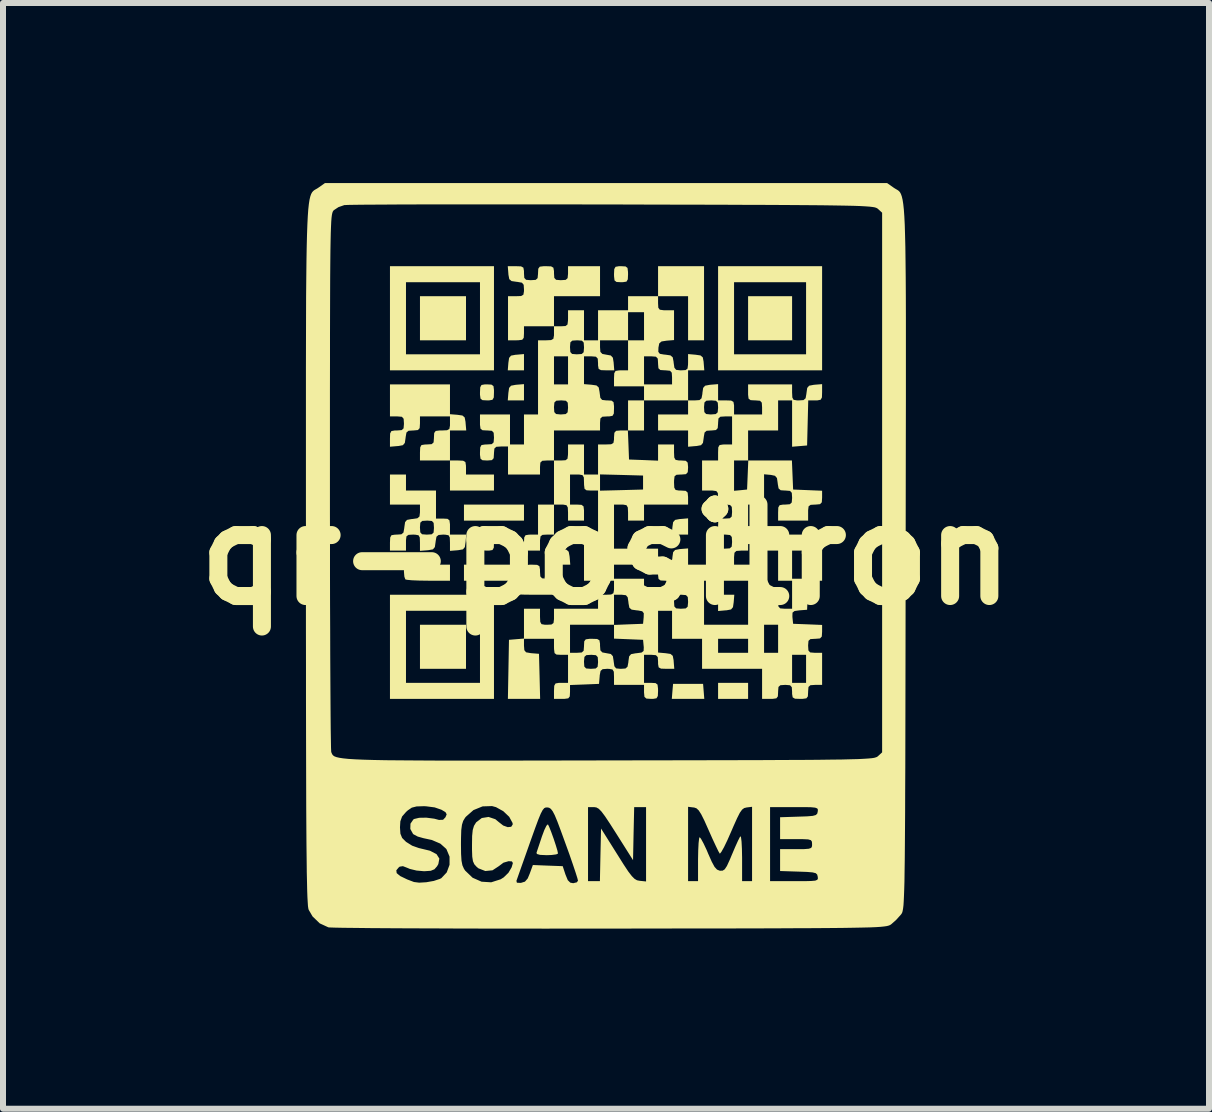
<source format=kicad_pcb>
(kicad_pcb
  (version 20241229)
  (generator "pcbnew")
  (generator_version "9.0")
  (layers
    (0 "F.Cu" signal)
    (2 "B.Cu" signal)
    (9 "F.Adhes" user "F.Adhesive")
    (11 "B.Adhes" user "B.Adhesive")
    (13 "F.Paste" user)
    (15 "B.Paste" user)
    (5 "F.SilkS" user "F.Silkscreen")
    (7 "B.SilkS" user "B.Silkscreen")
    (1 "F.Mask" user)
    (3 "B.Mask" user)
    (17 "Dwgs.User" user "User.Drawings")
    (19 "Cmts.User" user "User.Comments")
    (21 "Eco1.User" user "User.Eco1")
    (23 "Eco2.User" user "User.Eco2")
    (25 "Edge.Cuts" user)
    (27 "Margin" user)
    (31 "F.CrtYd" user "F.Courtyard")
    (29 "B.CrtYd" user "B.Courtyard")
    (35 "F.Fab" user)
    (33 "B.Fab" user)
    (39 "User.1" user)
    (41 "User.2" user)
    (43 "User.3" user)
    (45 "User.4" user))
  (footprint "qr-positron"
    (layer "F.Cu")
    (at 7.047 6.191)
    (property "Reference" "qr-positron" (at 0 0 0) (layer "F.SilkS") (effects (font (size 1.524 1.524) (thickness 0.3))))
    (attr board_only exclude_from_pos_files exclude_from_bom)
    (fp_poly (pts (xy -2.333 -3.571) (xy -3.1 -3.571) (xy -3.1 -4.306) (xy -2.333 -4.306)) (stroke (width 0) (type solid)) (fill yes) (layer "F.SilkS"))
    (fp_poly (pts (xy -2.333 1.902) (xy -3.1 1.902) (xy -3.1 1.168) (xy -2.333 1.168)) (stroke (width 0) (type solid)) (fill yes) (layer "F.SilkS"))
    (fp_poly (pts (xy -1.367 -0.567) (xy -2.367 -0.567) (xy -2.367 -0.834) (xy -1.367 -0.834)) (stroke (width 0) (type solid)) (fill yes) (layer "F.SilkS"))
    (fp_poly (pts (xy 0.633 -2.069) (xy 0.367 -2.069) (xy 0.367 -2.57) (xy 0.633 -2.57)) (stroke (width 0) (type solid)) (fill yes) (layer "F.SilkS"))
    (fp_poly (pts (xy 2.367 2.403) (xy 1.867 2.403) (xy 1.867 2.136) (xy 2.367 2.136)) (stroke (width 0) (type solid)) (fill yes) (layer "F.SilkS"))
    (fp_poly (pts (xy 3.1 -3.571) (xy 2.367 -3.571) (xy 2.367 -4.306) (xy 3.1 -4.306)) (stroke (width 0) (type solid)) (fill yes) (layer "F.SilkS"))
    (fp_poly (pts (xy 0.867 -4.806) (xy 1.633 -4.806) (xy 1.633 -3.571) (xy 1.367 -3.571) (xy 1.367 -4.306) (xy 0.867 -4.306)) (stroke (width 0) (type solid)) (fill yes) (layer "F.SilkS"))
    (fp_poly (pts (xy 1.627 2.278) (xy 1.637 2.403) (xy 1.096 2.403) (xy 1.106 2.278) (xy 1.117 2.153) (xy 1.617 2.153)) (stroke (width 0) (type solid)) (fill yes) (layer "F.SilkS"))
    (fp_poly (pts (xy -1.367 -3.071) (xy -1.637 -3.071) (xy -1.627 -3.196) (xy -1.615 -3.278) (xy -1.583 -3.316) (xy -1.509 -3.33) (xy -1.492 -3.331) (xy -1.367 -3.342)) (stroke (width 0) (type solid)) (fill yes) (layer "F.SilkS"))
    (fp_poly (pts (xy -1.367 -2.57) (xy -1.637 -2.57) (xy -1.627 -2.695) (xy -1.615 -2.778) (xy -1.583 -2.815) (xy -1.509 -2.829) (xy -1.492 -2.831) (xy -1.367 -2.841)) (stroke (width 0) (type solid)) (fill yes) (layer "F.SilkS"))
    (fp_poly (pts (xy -0.742 -0.094) (xy -0.659 -0.082) (xy -0.622 -0.049) (xy -0.608 0.025) (xy -0.606 0.042) (xy -0.596 0.167) (xy -0.867 0.167) (xy -0.867 -0.104)) (stroke (width 0) (type solid)) (fill yes) (layer "F.SilkS"))
    (fp_poly (pts (xy 1.367 -0.334) (xy 1.096 -0.334) (xy 1.106 -0.459) (xy 1.118 -0.542) (xy 1.151 -0.579) (xy 1.225 -0.593) (xy 1.242 -0.594) (xy 1.367 -0.605)) (stroke (width 0) (type solid)) (fill yes) (layer "F.SilkS"))
    (fp_poly (pts (xy 2.127 0.793) (xy 2.115 0.875) (xy 2.083 0.913) (xy 2.009 0.927) (xy 1.992 0.928) (xy 1.867 0.939) (xy 1.867 0.668) (xy 2.137 0.668)) (stroke (width 0) (type solid)) (fill yes) (layer "F.SilkS"))
    (fp_poly (pts (xy -2.381 -1.565) (xy -2.343 -1.543) (xy -2.334 -1.486) (xy -2.333 -1.452) (xy -2.333 -1.335) (xy -1.867 -1.335) (xy -1.867 -1.068) (xy -2.6 -1.068) (xy -2.6 -1.569) (xy -2.467 -1.569)) (stroke (width 0) (type solid)) (fill yes) (layer "F.SilkS"))
    (fp_poly (pts (xy -2.6 0.434) (xy -2.961 0.434) (xy -3.11 0.432) (xy -3.234 0.427) (xy -3.317 0.419) (xy -3.344 0.412) (xy -3.36 0.366) (xy -3.367 0.285) (xy -3.367 0.278) (xy -3.367 0.167) (xy -2.6 0.167)) (stroke (width 0) (type solid)) (fill yes) (layer "F.SilkS"))
    (fp_poly (pts (xy -1.867 -3.071) (xy -3.6 -3.071) (xy -3.6 -3.338) (xy -3.333 -3.338) (xy -2.1 -3.338) (xy -2.1 -4.539) (xy -3.333 -4.539) (xy -3.333 -3.338) (xy -3.6 -3.338) (xy -3.6 -4.806) (xy -1.867 -4.806)) (stroke (width 0) (type solid)) (fill yes) (layer "F.SilkS"))
    (fp_poly (pts (xy -1.867 2.403) (xy -3.6 2.403) (xy -3.6 2.136) (xy -3.333 2.136) (xy -2.1 2.136) (xy -2.1 0.935) (xy -3.333 0.935) (xy -3.333 2.136) (xy -3.6 2.136) (xy -3.6 0.668) (xy -1.867 0.668)) (stroke (width 0) (type solid)) (fill yes) (layer "F.SilkS"))
    (fp_poly (pts (xy 3.6 -3.071) (xy 1.867 -3.071) (xy 1.867 -3.338) (xy 2.133 -3.338) (xy 3.333 -3.338) (xy 3.333 -4.539) (xy 2.133 -4.539) (xy 2.133 -3.338) (xy 1.867 -3.338) (xy 1.867 -4.806) (xy 3.6 -4.806)) (stroke (width 0) (type solid)) (fill yes) (layer "F.SilkS"))
    (fp_poly (pts (xy -1.909 -2.833) (xy -1.875 -2.808) (xy -1.867 -2.743) (xy -1.867 -2.704) (xy -1.87 -2.618) (xy -1.892 -2.58) (xy -1.949 -2.57) (xy -1.983 -2.57) (xy -2.058 -2.574) (xy -2.091 -2.599) (xy -2.1 -2.664) (xy -2.1 -2.704) (xy -2.096 -2.789) (xy -2.075 -2.827) (xy -2.018 -2.837) (xy -1.983 -2.837)) (stroke (width 0) (type solid)) (fill yes) (layer "F.SilkS"))
    (fp_poly (pts (xy -1.909 -0.33) (xy -1.875 -0.305) (xy -1.867 -0.24) (xy -1.867 -0.2) (xy -1.87 -0.115) (xy -1.892 -0.077) (xy -1.949 -0.067) (xy -1.983 -0.067) (xy -2.058 -0.071) (xy -2.091 -0.096) (xy -2.1 -0.161) (xy -2.1 -0.2) (xy -2.096 -0.286) (xy -2.075 -0.324) (xy -2.018 -0.333) (xy -1.983 -0.334)) (stroke (width 0) (type solid)) (fill yes) (layer "F.SilkS"))
    (fp_poly (pts (xy -0.867 -0.334) (xy -0.983 -0.334) (xy -1.058 -0.33) (xy -1.091 -0.305) (xy -1.1 -0.24) (xy -1.1 -0.2) (xy -1.1 -0.067) (xy -1.367 -0.067) (xy -1.367 -0.2) (xy -1.363 -0.286) (xy -1.341 -0.324) (xy -1.284 -0.333) (xy -1.25 -0.334) (xy -1.133 -0.334) (xy -1.133 -0.834) (xy -0.867 -0.834)) (stroke (width 0) (type solid)) (fill yes) (layer "F.SilkS"))
    (fp_poly (pts (xy 0.325 -4.802) (xy 0.358 -4.777) (xy 0.366 -4.712) (xy 0.367 -4.673) (xy 0.363 -4.587) (xy 0.341 -4.549) (xy 0.284 -4.54) (xy 0.25 -4.539) (xy 0.175 -4.543) (xy 0.142 -4.568) (xy 0.134 -4.633) (xy 0.133 -4.673) (xy 0.137 -4.758) (xy 0.159 -4.796) (xy 0.216 -4.806) (xy 0.25 -4.806)) (stroke (width 0) (type solid)) (fill yes) (layer "F.SilkS"))
    (fp_poly (pts (xy -0.967 4.495) (xy -0.946 4.538) (xy -0.912 4.624) (xy -0.873 4.732) (xy -0.837 4.841) (xy -0.81 4.931) (xy -0.8 4.98) (xy -0.83 4.994) (xy -0.908 5.004) (xy -0.987 5.007) (xy -1.099 5.002) (xy -1.152 4.987) (xy -1.158 4.965) (xy -1.141 4.914) (xy -1.109 4.819) (xy -1.07 4.701) (xy -1.068 4.695) (xy -1.028 4.588) (xy -0.993 4.516) (xy -0.969 4.493)) (stroke (width 0) (type solid)) (fill yes) (layer "F.SilkS"))
    (fp_poly (pts (xy -1.6 0.284) (xy -1.595 0.362) (xy -1.566 0.394) (xy -1.492 0.401) (xy -1.483 0.401) (xy -1.405 0.395) (xy -1.373 0.366) (xy -1.367 0.293) (xy -1.367 0.284) (xy -1.363 0.209) (xy -1.338 0.176) (xy -1.273 0.167) (xy -1.233 0.167) (xy -1.148 0.17) (xy -1.11 0.192) (xy -1.1 0.249) (xy -1.1 0.284) (xy -1.095 0.362) (xy -1.066 0.394) (xy -0.992 0.401) (xy -0.983 0.401) (xy -0.909 0.405) (xy -0.875 0.43) (xy -0.867 0.495) (xy -0.867 0.534) (xy -0.867 0.668) (xy -1.228 0.668) (xy -1.377 0.666) (xy -1.5 0.66) (xy -1.583 0.653) (xy -1.611 0.645) (xy -1.627 0.599) (xy -1.633 0.528) (xy -1.633 0.434) (xy -2.367 0.434) (xy -2.367 0.167) (xy -1.6 0.167)) (stroke (width 0) (type solid)) (fill yes) (layer "F.SilkS"))
    (fp_poly (pts (xy -1.416 -4.803) (xy -1.377 -4.782) (xy -1.367 -4.726) (xy -1.367 -4.689) (xy -1.362 -4.611) (xy -1.332 -4.579) (xy -1.259 -4.573) (xy -1.25 -4.573) (xy -1.172 -4.578) (xy -1.14 -4.607) (xy -1.133 -4.681) (xy -1.133 -4.689) (xy -1.129 -4.764) (xy -1.104 -4.798) (xy -1.039 -4.806) (xy -1 -4.806) (xy -0.915 -4.803) (xy -0.877 -4.781) (xy -0.867 -4.724) (xy -0.867 -4.689) (xy -0.862 -4.611) (xy -0.832 -4.579) (xy -0.759 -4.573) (xy -0.75 -4.573) (xy -0.672 -4.578) (xy -0.64 -4.607) (xy -0.633 -4.681) (xy -0.633 -4.689) (xy -0.633 -4.806) (xy -0.1 -4.806) (xy -0.1 -4.306) (xy -0.867 -4.306) (xy -0.867 -3.805) (xy -1.367 -3.805) (xy -1.367 -3.688) (xy -1.371 -3.613) (xy -1.396 -3.58) (xy -1.461 -3.572) (xy -1.5 -3.571) (xy -1.633 -3.571) (xy -1.633 -4.306) (xy -1.5 -4.306) (xy -1.415 -4.309) (xy -1.377 -4.331) (xy -1.367 -4.388) (xy -1.367 -4.42) (xy -1.372 -4.496) (xy -1.401 -4.531) (xy -1.474 -4.544) (xy -1.492 -4.546) (xy -1.574 -4.558) (xy -1.612 -4.59) (xy -1.626 -4.664) (xy -1.627 -4.681) (xy -1.637 -4.806) (xy -1.502 -4.806)) (stroke (width 0) (type solid)) (fill yes) (layer "F.SilkS"))
    (fp_poly (pts (xy -2.6 -2.34) (xy -2.475 -2.33) (xy -2.392 -2.318) (xy -2.355 -2.286) (xy -2.341 -2.212) (xy -2.34 -2.195) (xy -2.329 -2.069) (xy -2.6 -2.069) (xy -2.6 -1.569) (xy -3.1 -1.569) (xy -3.1 -1.702) (xy -3.096 -1.788) (xy -3.075 -1.826) (xy -3.018 -1.835) (xy -2.983 -1.836) (xy -2.905 -1.841) (xy -2.873 -1.87) (xy -2.867 -1.944) (xy -2.867 -1.953) (xy -2.863 -2.027) (xy -2.838 -2.061) (xy -2.773 -2.069) (xy -2.733 -2.069) (xy -2.648 -2.073) (xy -2.61 -2.095) (xy -2.6 -2.152) (xy -2.6 -2.186) (xy -2.6 -2.303) (xy -3.1 -2.303) (xy -3.1 -2.186) (xy -3.105 -2.108) (xy -3.134 -2.076) (xy -3.207 -2.069) (xy -3.215 -2.069) (xy -3.29 -2.064) (xy -3.325 -2.035) (xy -3.338 -1.962) (xy -3.34 -1.944) (xy -3.352 -1.862) (xy -3.384 -1.824) (xy -3.458 -1.81) (xy -3.475 -1.809) (xy -3.6 -1.798) (xy -3.6 -1.934) (xy -3.597 -2.02) (xy -3.576 -2.059) (xy -3.52 -2.069) (xy -3.483 -2.069) (xy -3.405 -2.075) (xy -3.373 -2.104) (xy -3.367 -2.177) (xy -3.367 -2.186) (xy -3.372 -2.264) (xy -3.401 -2.297) (xy -3.474 -2.303) (xy -3.483 -2.303) (xy -3.6 -2.303) (xy -3.6 -2.837) (xy -2.6 -2.837)) (stroke (width 0) (type solid)) (fill yes) (layer "F.SilkS"))
    (fp_poly (pts (xy -3.333 -1.068) (xy -2.833 -1.068) (xy -2.833 -0.601) (xy -2.717 -0.601) (xy -2.642 -0.597) (xy -2.609 -0.572) (xy -2.6 -0.507) (xy -2.6 -0.467) (xy -2.6 -0.334) (xy -2.329 -0.334) (xy -2.34 -0.209) (xy -2.352 -0.126) (xy -2.384 -0.088) (xy -2.458 -0.075) (xy -2.475 -0.073) (xy -2.6 -0.063) (xy -2.6 -0.198) (xy -2.603 -0.285) (xy -2.624 -0.323) (xy -2.679 -0.333) (xy -2.715 -0.334) (xy -2.79 -0.328) (xy -2.825 -0.299) (xy -2.838 -0.226) (xy -2.84 -0.209) (xy -2.852 -0.126) (xy -2.884 -0.088) (xy -2.958 -0.075) (xy -2.975 -0.073) (xy -3.1 -0.063) (xy -3.1 -0.198) (xy -3.103 -0.285) (xy -3.124 -0.323) (xy -3.18 -0.333) (xy -3.217 -0.334) (xy -3.291 -0.33) (xy -3.325 -0.305) (xy -3.333 -0.24) (xy -3.333 -0.2) (xy -3.333 -0.067) (xy -3.6 -0.067) (xy -3.6 -0.2) (xy -3.596 -0.286) (xy -3.575 -0.324) (xy -3.518 -0.333) (xy -3.485 -0.334) (xy -3.41 -0.339) (xy -3.375 -0.368) (xy -3.362 -0.441) (xy -3.361 -0.451) (xy -3.1 -0.451) (xy -3.095 -0.372) (xy -3.066 -0.34) (xy -2.992 -0.334) (xy -2.983 -0.334) (xy -2.905 -0.339) (xy -2.873 -0.368) (xy -2.867 -0.442) (xy -2.867 -0.451) (xy -2.872 -0.529) (xy -2.901 -0.561) (xy -2.974 -0.567) (xy -2.983 -0.567) (xy -3.062 -0.562) (xy -3.094 -0.533) (xy -3.1 -0.459) (xy -3.1 -0.451) (xy -3.361 -0.451) (xy -3.36 -0.459) (xy -3.348 -0.542) (xy -3.316 -0.579) (xy -3.242 -0.593) (xy -3.225 -0.594) (xy -3.143 -0.606) (xy -3.108 -0.636) (xy -3.1 -0.703) (xy -3.1 -0.72) (xy -3.1 -0.834) (xy -3.6 -0.834) (xy -3.6 -1.335) (xy -3.333 -1.335)) (stroke (width 0) (type solid)) (fill yes) (layer "F.SilkS"))
    (fp_poly (pts (xy 4.788 -6.117) (xy 4.814 -6.1) (xy 4.838 -6.086) (xy 4.86 -6.073) (xy 4.88 -6.058) (xy 4.898 -6.037) (xy 4.914 -6.007) (xy 4.928 -5.967) (xy 4.941 -5.912) (xy 4.952 -5.841) (xy 4.962 -5.749) (xy 4.97 -5.635) (xy 4.977 -5.495) (xy 4.982 -5.326) (xy 4.987 -5.125) (xy 4.99 -4.891) (xy 4.993 -4.618) (xy 4.995 -4.306) (xy 4.996 -3.95) (xy 4.996 -3.547) (xy 4.996 -3.096) (xy 4.996 -2.593) (xy 4.995 -2.035) (xy 4.994 -1.419) (xy 4.993 -0.742) (xy 4.992 -0.002) (xy 4.992 0.045) (xy 4.991 0.778) (xy 4.99 1.447) (xy 4.989 2.055) (xy 4.988 2.606) (xy 4.987 3.101) (xy 4.986 3.545) (xy 4.984 3.939) (xy 4.983 4.288) (xy 4.981 4.593) (xy 4.979 4.858) (xy 4.977 5.086) (xy 4.974 5.28) (xy 4.972 5.443) (xy 4.968 5.577) (xy 4.964 5.685) (xy 4.96 5.772) (xy 4.956 5.838) (xy 4.95 5.889) (xy 4.944 5.925) (xy 4.938 5.952) (xy 4.931 5.97) (xy 4.923 5.984) (xy 4.915 5.995) (xy 4.835 6.084) (xy 4.754 6.156) (xy 4.74 6.166) (xy 4.725 6.174) (xy 4.703 6.182) (xy 4.673 6.189) (xy 4.631 6.195) (xy 4.573 6.201) (xy 4.497 6.206) (xy 4.398 6.21) (xy 4.273 6.213) (xy 4.12 6.216) (xy 3.934 6.219) (xy 3.713 6.221) (xy 3.452 6.223) (xy 3.15 6.224) (xy 2.801 6.226) (xy 2.404 6.227) (xy 1.955 6.228) (xy 1.449 6.228) (xy 0.885 6.229) (xy 0.258 6.23) (xy 0.073 6.23) (xy -0.477 6.23) (xy -1.009 6.231) (xy -1.521 6.23) (xy -2.007 6.23) (xy -2.464 6.229) (xy -2.889 6.227) (xy -3.276 6.226) (xy -3.623 6.224) (xy -3.925 6.222) (xy -4.178 6.219) (xy -4.379 6.217) (xy -4.523 6.214) (xy -4.607 6.211) (xy -4.627 6.209) (xy -4.77 6.143) (xy -4.89 6.027) (xy -4.954 5.917) (xy -4.96 5.895) (xy -4.966 5.854) (xy -4.97 5.792) (xy -4.975 5.707) (xy -4.979 5.595) (xy -4.982 5.455) (xy -4.986 5.282) (xy -4.986 5.259) (xy -3.494 5.259) (xy -3.488 5.306) (xy -3.429 5.355) (xy -3.313 5.411) (xy -3.2 5.454) (xy -3.114 5.465) (xy -2.995 5.458) (xy -2.87 5.436) (xy -2.77 5.403) (xy -2.744 5.39) (xy -2.654 5.294) (xy -2.607 5.167) (xy -2.607 5.031) (xy -2.658 4.909) (xy -2.666 4.899) (xy -2.751 4.823) (xy -2.417 4.823) (xy -2.415 4.986) (xy -2.408 5.098) (xy -2.393 5.175) (xy -2.368 5.232) (xy -2.348 5.263) (xy -2.223 5.383) (xy -2.073 5.449) (xy -1.913 5.459) (xy -1.838 5.435) (xy -1.493 5.435) (xy -1.485 5.466) (xy -1.422 5.469) (xy -1.416 5.468) (xy -1.351 5.448) (xy -1.305 5.395) (xy -1.271 5.314) (xy -1.219 5.171) (xy -0.97 5.181) (xy -0.722 5.19) (xy -0.675 5.332) (xy -0.637 5.424) (xy -0.595 5.465) (xy -0.547 5.474) (xy -0.486 5.459) (xy -0.473 5.44) (xy -0.3 5.44) (xy -0.102 5.44) (xy -0.093 5.002) (xy -0.083 4.563) (xy 0.187 4.993) (xy 0.292 5.16) (xy 0.37 5.278) (xy 0.429 5.355) (xy 0.475 5.401) (xy 0.516 5.425) (xy 0.56 5.434) (xy 0.562 5.434) (xy 0.667 5.445) (xy 0.667 5.44) (xy 1.367 5.44) (xy 1.533 5.44) (xy 1.533 5.073) (xy 1.536 4.926) (xy 1.542 4.807) (xy 1.551 4.729) (xy 1.56 4.706) (xy 1.583 4.735) (xy 1.625 4.812) (xy 1.677 4.922) (xy 1.702 4.982) (xy 1.762 5.117) (xy 1.808 5.202) (xy 1.849 5.247) (xy 1.892 5.265) (xy 1.901 5.266) (xy 1.943 5.265) (xy 1.978 5.242) (xy 2.014 5.187) (xy 2.06 5.087) (xy 2.097 4.999) (xy 2.151 4.872) (xy 2.198 4.768) (xy 2.231 4.703) (xy 2.238 4.691) (xy 2.249 4.709) (xy 2.258 4.783) (xy 2.264 4.901) (xy 2.267 5.05) (xy 2.267 5.44) (xy 2.433 5.44) (xy 2.733 5.44) (xy 3.136 5.44) (xy 3.305 5.44) (xy 3.418 5.437) (xy 3.486 5.431) (xy 3.52 5.417) (xy 3.53 5.396) (xy 3.527 5.365) (xy 3.518 5.33) (xy 3.494 5.307) (xy 3.442 5.294) (xy 3.348 5.286) (xy 3.208 5.281) (xy 2.9 5.271) (xy 2.9 4.906) (xy 3.167 4.906) (xy 3.299 4.906) (xy 3.378 4.9) (xy 3.418 4.886) (xy 3.432 4.858) (xy 3.433 4.823) (xy 3.43 4.782) (xy 3.413 4.757) (xy 3.367 4.744) (xy 3.279 4.74) (xy 3.167 4.74) (xy 2.9 4.74) (xy 2.9 4.375) (xy 3.208 4.365) (xy 3.353 4.36) (xy 3.445 4.352) (xy 3.495 4.338) (xy 3.519 4.315) (xy 3.527 4.281) (xy 3.53 4.249) (xy 3.519 4.228) (xy 3.484 4.215) (xy 3.414 4.208) (xy 3.298 4.206) (xy 3.136 4.206) (xy 2.733 4.206) (xy 2.733 5.44) (xy 2.433 5.44) (xy 2.433 4.201) (xy 2.343 4.212) (xy 2.302 4.222) (xy 2.267 4.248) (xy 2.229 4.301) (xy 2.184 4.39) (xy 2.123 4.526) (xy 2.085 4.614) (xy 2.021 4.759) (xy 1.965 4.875) (xy 1.921 4.953) (xy 1.897 4.982) (xy 1.895 4.981) (xy 1.872 4.942) (xy 1.83 4.855) (xy 1.773 4.733) (xy 1.709 4.589) (xy 1.639 4.432) (xy 1.586 4.326) (xy 1.545 4.262) (xy 1.508 4.227) (xy 1.469 4.213) (xy 1.457 4.212) (xy 1.367 4.201) (xy 1.367 5.44) (xy 0.667 5.44) (xy 0.667 4.206) (xy 0.469 4.206) (xy 0.459 4.648) (xy 0.45 5.09) (xy 0.171 4.648) (xy 0.063 4.479) (xy -0.016 4.36) (xy -0.075 4.281) (xy -0.121 4.234) (xy -0.16 4.212) (xy -0.199 4.206) (xy -0.204 4.206) (xy -0.3 4.206) (xy -0.3 5.44) (xy -0.473 5.44) (xy -0.467 5.432) (xy -0.478 5.388) (xy -0.508 5.293) (xy -0.554 5.156) (xy -0.612 4.988) (xy -0.678 4.806) (xy -0.753 4.6) (xy -0.81 4.448) (xy -0.854 4.342) (xy -0.889 4.275) (xy -0.919 4.236) (xy -0.948 4.217) (xy -0.972 4.212) (xy -1.003 4.212) (xy -1.029 4.223) (xy -1.056 4.255) (xy -1.088 4.316) (xy -1.128 4.413) (xy -1.181 4.556) (xy -1.251 4.751) (xy -1.267 4.796) (xy -1.334 4.986) (xy -1.394 5.155) (xy -1.443 5.293) (xy -1.477 5.39) (xy -1.493 5.435) (xy -1.493 5.435) (xy -1.838 5.435) (xy -1.756 5.409) (xy -1.705 5.377) (xy -1.626 5.3) (xy -1.573 5.21) (xy -1.572 5.207) (xy -1.552 5.138) (xy -1.568 5.111) (xy -1.623 5.107) (xy -1.709 5.132) (xy -1.786 5.19) (xy -1.891 5.259) (xy -2.011 5.271) (xy -2.126 5.226) (xy -2.156 5.201) (xy -2.194 5.159) (xy -2.217 5.108) (xy -2.229 5.032) (xy -2.233 4.914) (xy -2.233 4.838) (xy -2.231 4.688) (xy -2.221 4.588) (xy -2.2 4.518) (xy -2.166 4.463) (xy -2.164 4.46) (xy -2.07 4.388) (xy -1.957 4.37) (xy -1.844 4.408) (xy -1.786 4.456) (xy -1.713 4.513) (xy -1.638 4.54) (xy -1.58 4.534) (xy -1.555 4.496) (xy -1.557 4.471) (xy -1.613 4.368) (xy -1.712 4.274) (xy -1.833 4.207) (xy -1.899 4.189) (xy -2.057 4.194) (xy -2.209 4.256) (xy -2.334 4.366) (xy -2.348 4.383) (xy -2.38 4.436) (xy -2.4 4.499) (xy -2.412 4.589) (xy -2.416 4.72) (xy -2.417 4.823) (xy -2.751 4.823) (xy -2.762 4.814) (xy -2.902 4.754) (xy -3.041 4.724) (xy -3.137 4.697) (xy -3.21 4.658) (xy -3.216 4.652) (xy -3.261 4.57) (xy -3.258 4.482) (xy -3.21 4.412) (xy -3.196 4.404) (xy -3.113 4.384) (xy -2.993 4.382) (xy -2.862 4.399) (xy -2.783 4.42) (xy -2.715 4.417) (xy -2.675 4.375) (xy -2.655 4.326) (xy -2.675 4.29) (xy -2.742 4.25) (xy -2.855 4.211) (xy -3.002 4.192) (xy -3.04 4.191) (xy -3.157 4.195) (xy -3.236 4.215) (xy -3.302 4.26) (xy -3.332 4.287) (xy -3.398 4.363) (xy -3.427 4.443) (xy -3.433 4.543) (xy -3.426 4.649) (xy -3.397 4.72) (xy -3.332 4.785) (xy -3.23 4.849) (xy -3.117 4.889) (xy -3.107 4.891) (xy -2.933 4.933) (xy -2.824 4.99) (xy -2.777 5.064) (xy -2.794 5.155) (xy -2.815 5.192) (xy -2.859 5.242) (xy -2.92 5.267) (xy -3.022 5.274) (xy -3.036 5.274) (xy -3.158 5.263) (xy -3.269 5.236) (xy -3.304 5.221) (xy -3.384 5.19) (xy -3.437 5.198) (xy -3.452 5.209) (xy -3.494 5.259) (xy -4.986 5.259) (xy -4.988 5.075) (xy -4.991 4.83) (xy -4.993 4.545) (xy -4.995 4.217) (xy -4.996 3.843) (xy -4.997 3.421) (xy -4.998 2.948) (xy -4.999 2.421) (xy -4.999 1.837) (xy -5 1.194) (xy -5 0.488) (xy -5 -0.002) (xy -5 -0.743) (xy -5 -1.221) (xy -4.6 -1.221) (xy -4.6 -0.68) (xy -4.599 -0.158) (xy -4.599 0.343) (xy -4.598 0.818) (xy -4.596 1.263) (xy -4.595 1.674) (xy -4.593 2.048) (xy -4.591 2.38) (xy -4.589 2.667) (xy -4.587 2.905) (xy -4.584 3.088) (xy -4.582 3.215) (xy -4.579 3.28) (xy -4.578 3.289) (xy -4.57 3.309) (xy -4.561 3.328) (xy -4.547 3.345) (xy -4.526 3.36) (xy -4.492 3.373) (xy -4.445 3.384) (xy -4.379 3.394) (xy -4.292 3.403) (xy -4.18 3.41) (xy -4.041 3.416) (xy -3.87 3.421) (xy -3.665 3.425) (xy -3.422 3.427) (xy -3.138 3.429) (xy -2.809 3.431) (xy -2.432 3.431) (xy -2.005 3.431) (xy -1.522 3.431) (xy -0.982 3.43) (xy -0.381 3.429) (xy 0.055 3.428) (xy 0.686 3.427) (xy 1.254 3.426) (xy 1.763 3.425) (xy 2.214 3.424) (xy 2.613 3.423) (xy 2.962 3.421) (xy 3.265 3.42) (xy 3.525 3.418) (xy 3.745 3.415) (xy 3.929 3.413) (xy 4.081 3.409) (xy 4.204 3.406) (xy 4.3 3.401) (xy 4.374 3.396) (xy 4.429 3.391) (xy 4.468 3.385) (xy 4.495 3.377) (xy 4.514 3.37) (xy 4.526 3.361) (xy 4.53 3.358) (xy 4.6 3.294) (xy 4.6 -5.697) (xy 4.53 -5.761) (xy 4.518 -5.77) (xy 4.502 -5.778) (xy 4.478 -5.786) (xy 4.443 -5.792) (xy 4.393 -5.798) (xy 4.325 -5.803) (xy 4.236 -5.808) (xy 4.122 -5.812) (xy 3.979 -5.815) (xy 3.804 -5.818) (xy 3.595 -5.821) (xy 3.347 -5.823) (xy 3.057 -5.825) (xy 2.721 -5.827) (xy 2.336 -5.828) (xy 1.9 -5.83) (xy 1.407 -5.831) (xy 0.856 -5.832) (xy 0.242 -5.834) (xy 0.105 -5.834) (xy -0.43 -5.835) (xy -0.949 -5.836) (xy -1.445 -5.836) (xy -1.917 -5.836) (xy -2.359 -5.836) (xy -2.768 -5.835) (xy -3.139 -5.835) (xy -3.469 -5.834) (xy -3.753 -5.832) (xy -3.988 -5.831) (xy -4.169 -5.829) (xy -4.293 -5.827) (xy -4.355 -5.824) (xy -4.36 -5.824) (xy -4.458 -5.79) (xy -4.535 -5.739) (xy -4.544 -5.729) (xy -4.553 -5.714) (xy -4.56 -5.693) (xy -4.567 -5.661) (xy -4.573 -5.615) (xy -4.578 -5.552) (xy -4.582 -5.468) (xy -4.586 -5.36) (xy -4.589 -5.225) (xy -4.592 -5.058) (xy -4.594 -4.858) (xy -4.596 -4.62) (xy -4.597 -4.34) (xy -4.598 -4.017) (xy -4.599 -3.646) (xy -4.599 -3.223) (xy -4.6 -2.746) (xy -4.6 -2.211) (xy -4.6 -1.615) (xy -4.6 -1.221) (xy -5 -1.221) (xy -5 -1.421) (xy -5 -2.037) (xy -5 -2.596) (xy -5 -3.099) (xy -4.999 -3.551) (xy -4.998 -3.953) (xy -4.997 -4.309) (xy -4.994 -4.622) (xy -4.991 -4.894) (xy -4.987 -5.128) (xy -4.982 -5.329) (xy -4.976 -5.497) (xy -4.969 -5.637) (xy -4.961 -5.751) (xy -4.951 -5.842) (xy -4.94 -5.914) (xy -4.927 -5.968) (xy -4.913 -6.008) (xy -4.897 -6.037) (xy -4.879 -6.058) (xy -4.859 -6.074) (xy -4.837 -6.087) (xy -4.812 -6.101) (xy -4.788 -6.117) (xy -4.683 -6.191) (xy 4.683 -6.191)) (stroke (width 0) (type solid)) (fill yes) (layer "F.SilkS"))
    (fp_poly (pts (xy -0.867 -1.569) (xy -0.75 -1.569) (xy -0.675 -1.573) (xy -0.642 -1.598) (xy -0.634 -1.663) (xy -0.633 -1.702) (xy -0.633 -1.836) (xy -0.367 -1.836) (xy -0.367 -1.335) (xy -0.133 -1.335) (xy -0.133 -1.337) (xy -0.1 -1.337) (xy -0.1 -1.066) (xy 0.258 -1.075) (xy 0.617 -1.085) (xy 0.617 -1.318) (xy 0.258 -1.328) (xy -0.1 -1.337) (xy -0.133 -1.337) (xy -0.133 -1.836) (xy 0 -1.836) (xy 0.085 -1.839) (xy 0.123 -1.861) (xy 0.133 -1.918) (xy 0.133 -1.953) (xy 0.139 -2.031) (xy 0.168 -2.063) (xy 0.241 -2.069) (xy 0.249 -2.069) (xy 0.364 -2.069) (xy 0.374 -1.827) (xy 0.383 -1.585) (xy 0.625 -1.576) (xy 0.867 -1.566) (xy 0.867 -1.836) (xy 1.133 -1.836) (xy 1.133 -1.702) (xy 1.137 -1.617) (xy 1.159 -1.579) (xy 1.216 -1.569) (xy 1.25 -1.569) (xy 1.328 -1.564) (xy 1.36 -1.534) (xy 1.367 -1.461) (xy 1.367 -1.452) (xy 1.362 -1.374) (xy 1.332 -1.341) (xy 1.259 -1.335) (xy 1.25 -1.335) (xy 1.175 -1.331) (xy 1.142 -1.306) (xy 1.134 -1.241) (xy 1.133 -1.202) (xy 1.137 -1.116) (xy 1.159 -1.078) (xy 1.216 -1.068) (xy 1.25 -1.068) (xy 1.328 -1.063) (xy 1.36 -1.034) (xy 1.367 -0.96) (xy 1.367 -0.951) (xy 1.367 -0.834) (xy 0.633 -0.834) (xy 0.633 -0.567) (xy 0.367 -0.567) (xy 0.367 -0.701) (xy 0.363 -0.786) (xy 0.341 -0.824) (xy 0.284 -0.834) (xy 0.25 -0.834) (xy 0.133 -0.834) (xy 0.133 -0.1) (xy 0.867 -0.1) (xy 0.867 0.167) (xy 0.133 0.167) (xy 0.133 0.401) (xy 0.633 0.401) (xy 0.633 0.668) (xy 1.1 0.668) (xy 1.1 0.551) (xy 1.095 0.472) (xy 1.066 0.44) (xy 0.992 0.434) (xy 0.983 0.434) (xy 0.909 0.43) (xy 0.875 0.405) (xy 0.867 0.34) (xy 0.867 0.3) (xy 0.87 0.215) (xy 0.892 0.177) (xy 0.948 0.167) (xy 0.981 0.167) (xy 1.057 0.162) (xy 1.091 0.132) (xy 1.105 0.06) (xy 1.106 0.042) (xy 1.118 -0.041) (xy 1.151 -0.078) (xy 1.225 -0.092) (xy 1.242 -0.094) (xy 1.367 -0.104) (xy 1.367 0.167) (xy 1.867 0.167) (xy 1.867 0.033) (xy 1.87 -0.052) (xy 1.892 -0.09) (xy 1.949 -0.1) (xy 1.983 -0.1) (xy 2.062 -0.105) (xy 2.094 -0.134) (xy 2.1 -0.208) (xy 2.1 -0.217) (xy 2.095 -0.295) (xy 2.066 -0.327) (xy 1.992 -0.334) (xy 1.983 -0.334) (xy 1.909 -0.338) (xy 1.875 -0.363) (xy 1.867 -0.428) (xy 1.867 -0.467) (xy 1.87 -0.553) (xy 1.892 -0.591) (xy 1.949 -0.6) (xy 1.983 -0.601) (xy 2.062 -0.606) (xy 2.094 -0.635) (xy 2.1 -0.709) (xy 2.1 -0.718) (xy 2.095 -0.796) (xy 2.066 -0.828) (xy 1.992 -0.834) (xy 1.983 -0.834) (xy 1.905 -0.84) (xy 1.873 -0.869) (xy 1.867 -0.942) (xy 1.867 -0.951) (xy 1.863 -1.026) (xy 1.838 -1.059) (xy 1.773 -1.068) (xy 1.733 -1.068) (xy 1.6 -1.068) (xy 1.6 -1.569) (xy 1.867 -1.569) (xy 1.867 -1.702) (xy 1.87 -1.788) (xy 1.892 -1.826) (xy 1.949 -1.835) (xy 1.983 -1.836) (xy 2.1 -1.836) (xy 2.1 -2.303) (xy 1.983 -2.303) (xy 1.905 -2.298) (xy 1.873 -2.269) (xy 1.867 -2.195) (xy 1.867 -2.186) (xy 1.861 -2.108) (xy 1.832 -2.076) (xy 1.76 -2.069) (xy 1.752 -2.069) (xy 1.676 -2.064) (xy 1.642 -2.035) (xy 1.629 -1.962) (xy 1.627 -1.944) (xy 1.615 -1.862) (xy 1.583 -1.824) (xy 1.509 -1.81) (xy 1.492 -1.809) (xy 1.367 -1.798) (xy 1.367 -2.069) (xy 0.867 -2.069) (xy 0.867 -2.336) (xy 1.367 -2.336) (xy 1.367 -2.453) (xy 1.633 -2.453) (xy 1.638 -2.375) (xy 1.668 -2.343) (xy 1.741 -2.336) (xy 1.75 -2.336) (xy 1.828 -2.342) (xy 1.86 -2.371) (xy 1.867 -2.444) (xy 1.867 -2.453) (xy 1.862 -2.532) (xy 1.832 -2.564) (xy 1.759 -2.57) (xy 1.75 -2.57) (xy 1.672 -2.565) (xy 1.64 -2.536) (xy 1.633 -2.462) (xy 1.633 -2.453) (xy 1.367 -2.453) (xy 1.367 -2.57) (xy 0.633 -2.57) (xy 0.633 -2.804) (xy 0.133 -2.804) (xy 0.133 -2.837) (xy 0.633 -2.837) (xy 1.1 -2.837) (xy 1.1 -2.954) (xy 1.095 -3.032) (xy 1.066 -3.064) (xy 0.992 -3.071) (xy 0.983 -3.071) (xy 0.905 -3.076) (xy 0.873 -3.105) (xy 0.867 -3.179) (xy 0.867 -3.188) (xy 0.862 -3.266) (xy 0.832 -3.298) (xy 0.759 -3.304) (xy 0.75 -3.304) (xy 0.633 -3.304) (xy 0.633 -2.837) (xy 0.133 -2.837) (xy 0.133 -2.937) (xy 0.137 -3.023) (xy 0.159 -3.061) (xy 0.216 -3.07) (xy 0.25 -3.071) (xy 0.367 -3.071) (xy 0.367 -3.571) (xy 0.633 -3.571) (xy 0.633 -4.039) (xy 0.367 -4.039) (xy 0.367 -3.571) (xy -0.1 -3.571) (xy -0.1 -3.457) (xy -0.094 -3.378) (xy -0.061 -3.344) (xy 0.008 -3.331) (xy 0.08 -3.318) (xy 0.114 -3.281) (xy 0.127 -3.2) (xy 0.127 -3.196) (xy 0.137 -3.071) (xy 0.002 -3.071) (xy -0.084 -3.074) (xy -0.123 -3.095) (xy -0.133 -3.151) (xy -0.133 -3.188) (xy -0.138 -3.266) (xy -0.168 -3.298) (xy -0.241 -3.304) (xy -0.25 -3.304) (xy -0.367 -3.304) (xy -0.367 -2.841) (xy -0.242 -2.831) (xy -0.159 -2.819) (xy -0.122 -2.786) (xy -0.108 -2.712) (xy -0.106 -2.695) (xy -0.095 -2.613) (xy -0.065 -2.578) (xy 0.002 -2.57) (xy 0.019 -2.57) (xy 0.092 -2.566) (xy 0.125 -2.541) (xy 0.133 -2.475) (xy 0.133 -2.437) (xy 0.13 -2.351) (xy 0.108 -2.313) (xy 0.051 -2.303) (xy 0.017 -2.303) (xy -0.062 -2.298) (xy -0.094 -2.269) (xy -0.1 -2.195) (xy -0.1 -2.186) (xy -0.1 -2.069) (xy -0.867 -2.069) (xy -0.867 -1.569) (xy -0.983 -1.569) (xy -1.062 -1.564) (xy -1.094 -1.534) (xy -1.1 -1.461) (xy -1.1 -1.452) (xy -1.1 -1.335) (xy -1.633 -1.335) (xy -1.633 -1.802) (xy -1.75 -1.802) (xy -1.828 -1.797) (xy -1.86 -1.768) (xy -1.867 -1.694) (xy -1.867 -1.686) (xy -1.872 -1.607) (xy -1.901 -1.575) (xy -1.974 -1.569) (xy -1.983 -1.569) (xy -2.058 -1.573) (xy -2.091 -1.598) (xy -2.1 -1.663) (xy -2.1 -1.702) (xy -2.096 -1.788) (xy -2.075 -1.826) (xy -2.018 -1.835) (xy -1.983 -1.836) (xy -1.905 -1.841) (xy -1.873 -1.87) (xy -1.867 -1.944) (xy -1.867 -1.953) (xy -1.872 -2.031) (xy -1.901 -2.063) (xy -1.974 -2.069) (xy -1.983 -2.069) (xy -2.058 -2.073) (xy -2.091 -2.098) (xy -2.1 -2.163) (xy -2.1 -2.203) (xy -2.1 -2.336) (xy -1.6 -2.336) (xy -1.6 -1.836) (xy -1.367 -1.836) (xy -1.367 -2.336) (xy -1.133 -2.336) (xy -1.133 -2.453) (xy -0.867 -2.453) (xy -0.862 -2.375) (xy -0.832 -2.343) (xy -0.759 -2.336) (xy -0.75 -2.336) (xy -0.672 -2.342) (xy -0.64 -2.371) (xy -0.633 -2.444) (xy -0.633 -2.453) (xy -0.638 -2.532) (xy -0.668 -2.564) (xy -0.741 -2.57) (xy -0.75 -2.57) (xy -0.828 -2.565) (xy -0.86 -2.536) (xy -0.867 -2.462) (xy -0.867 -2.453) (xy -1.133 -2.453) (xy -1.133 -2.837) (xy -0.867 -2.837) (xy -0.633 -2.837) (xy -0.633 -3.304) (xy -0.867 -3.304) (xy -0.867 -2.837) (xy -1.133 -2.837) (xy -1.133 -3.455) (xy -0.6 -3.455) (xy -0.595 -3.376) (xy -0.566 -3.344) (xy -0.492 -3.338) (xy -0.483 -3.338) (xy -0.405 -3.343) (xy -0.373 -3.372) (xy -0.367 -3.446) (xy -0.367 -3.455) (xy -0.372 -3.533) (xy -0.401 -3.565) (xy -0.474 -3.571) (xy -0.483 -3.571) (xy -0.562 -3.566) (xy -0.594 -3.537) (xy -0.6 -3.463) (xy -0.6 -3.455) (xy -1.133 -3.455) (xy -1.133 -3.571) (xy -1 -3.571) (xy -0.915 -3.575) (xy -0.877 -3.597) (xy -0.867 -3.654) (xy -0.867 -3.688) (xy -0.867 -3.805) (xy -0.75 -3.805) (xy -0.675 -3.809) (xy -0.642 -3.834) (xy -0.634 -3.899) (xy -0.633 -3.939) (xy -0.633 -4.072) (xy -0.367 -4.072) (xy -0.367 -3.571) (xy -0.133 -3.571) (xy -0.133 -4.072) (xy 0.367 -4.072) (xy 0.367 -4.306) (xy 0.867 -4.306) (xy 0.867 -4.189) (xy 0.871 -4.114) (xy 0.896 -4.081) (xy 0.961 -4.072) (xy 1 -4.072) (xy 1.133 -4.072) (xy 1.133 -3.575) (xy 1.008 -3.565) (xy 0.925 -3.552) (xy 0.887 -3.52) (xy 0.873 -3.45) (xy 0.873 -3.448) (xy 0.871 -3.379) (xy 0.897 -3.346) (xy 0.966 -3.334) (xy 0.99 -3.332) (xy 1.073 -3.32) (xy 1.111 -3.288) (xy 1.125 -3.216) (xy 1.127 -3.196) (xy 1.139 -3.114) (xy 1.168 -3.079) (xy 1.236 -3.071) (xy 1.252 -3.071) (xy 1.325 -3.075) (xy 1.358 -3.1) (xy 1.366 -3.164) (xy 1.367 -3.206) (xy 1.367 -3.342) (xy 1.492 -3.331) (xy 1.574 -3.319) (xy 1.612 -3.287) (xy 1.626 -3.213) (xy 1.627 -3.196) (xy 1.637 -3.071) (xy 1.367 -3.071) (xy 1.367 -2.57) (xy 1.481 -2.57) (xy 1.557 -2.575) (xy 1.591 -2.605) (xy 1.605 -2.677) (xy 1.606 -2.695) (xy 1.618 -2.778) (xy 1.651 -2.815) (xy 1.725 -2.829) (xy 1.742 -2.831) (xy 1.867 -2.841) (xy 1.867 -2.57) (xy 2 -2.57) (xy 2.085 -2.567) (xy 2.123 -2.545) (xy 2.133 -2.488) (xy 2.133 -2.453) (xy 2.133 -2.336) (xy 2.6 -2.336) (xy 2.6 -2.453) (xy 2.595 -2.532) (xy 2.566 -2.564) (xy 2.492 -2.57) (xy 2.483 -2.57) (xy 2.409 -2.574) (xy 2.375 -2.599) (xy 2.367 -2.664) (xy 2.367 -2.704) (xy 2.367 -2.837) (xy 3.1 -2.837) (xy 3.1 -2.704) (xy 3.104 -2.618) (xy 3.125 -2.58) (xy 3.182 -2.57) (xy 3.215 -2.57) (xy 3.29 -2.575) (xy 3.325 -2.605) (xy 3.338 -2.677) (xy 3.34 -2.695) (xy 3.352 -2.778) (xy 3.384 -2.815) (xy 3.458 -2.829) (xy 3.475 -2.831) (xy 3.6 -2.841) (xy 3.6 -2.706) (xy 3.597 -2.619) (xy 3.576 -2.581) (xy 3.52 -2.57) (xy 3.484 -2.57) (xy 3.369 -2.57) (xy 3.35 -1.819) (xy 3.1 -1.798) (xy 3.1 -2.57) (xy 2.867 -2.57) (xy 2.867 -2.069) (xy 2.367 -2.069) (xy 2.367 -1.569) (xy 2.133 -1.569) (xy 2.133 -1.064) (xy 2.242 -1.074) (xy 2.35 -1.085) (xy 2.36 -1.327) (xy 2.37 -1.569) (xy 3.097 -1.569) (xy 3.107 -1.327) (xy 3.117 -1.085) (xy 3.358 -1.075) (xy 3.6 -1.065) (xy 3.6 -0.95) (xy 3.595 -0.872) (xy 3.565 -0.841) (xy 3.491 -0.834) (xy 3.483 -0.834) (xy 3.409 -0.83) (xy 3.375 -0.805) (xy 3.367 -0.74) (xy 3.367 -0.701) (xy 3.367 -0.567) (xy 2.867 -0.567) (xy 2.867 -0.701) (xy 2.87 -0.786) (xy 2.892 -0.824) (xy 2.949 -0.834) (xy 2.983 -0.834) (xy 3.062 -0.84) (xy 3.094 -0.869) (xy 3.1 -0.942) (xy 3.1 -0.951) (xy 3.095 -1.03) (xy 3.066 -1.062) (xy 2.993 -1.068) (xy 2.985 -1.068) (xy 2.91 -1.073) (xy 2.875 -1.103) (xy 2.862 -1.175) (xy 2.86 -1.193) (xy 2.848 -1.276) (xy 2.815 -1.314) (xy 2.745 -1.329) (xy 2.742 -1.329) (xy 2.633 -1.339) (xy 2.633 -0.834) (xy 2.367 -0.834) (xy 2.367 -0.067) (xy 2.25 -0.067) (xy 2.172 -0.062) (xy 2.14 -0.032) (xy 2.133 0.041) (xy 2.133 0.05) (xy 2.133 0.167) (xy 2.633 0.167) (xy 2.633 0.668) (xy 2.75 0.668) (xy 2.828 0.673) (xy 2.86 0.702) (xy 2.867 0.775) (xy 2.867 0.784) (xy 2.872 0.863) (xy 2.901 0.895) (xy 2.974 0.901) (xy 2.983 0.901) (xy 3.1 0.901) (xy 3.1 0.434) (xy 2.867 0.434) (xy 2.867 0.401) (xy 3.1 0.401) (xy 3.333 0.401) (xy 3.333 -0.067) (xy 3.1 -0.067) (xy 3.1 0.401) (xy 2.867 0.401) (xy 2.867 -0.067) (xy 2.6 -0.067) (xy 2.6 -0.334) (xy 3.367 -0.334) (xy 3.367 -0.217) (xy 3.372 -0.139) (xy 3.401 -0.107) (xy 3.474 -0.1) (xy 3.483 -0.1) (xy 3.6 -0.1) (xy 3.6 0.434) (xy 3.37 0.434) (xy 3.36 0.676) (xy 3.35 0.918) (xy 3.223 0.928) (xy 3.141 0.939) (xy 3.107 0.966) (xy 3.105 1.026) (xy 3.106 1.045) (xy 3.117 1.152) (xy 3.358 1.161) (xy 3.6 1.171) (xy 3.6 1.286) (xy 3.595 1.364) (xy 3.565 1.396) (xy 3.491 1.402) (xy 3.483 1.402) (xy 3.405 1.407) (xy 3.373 1.436) (xy 3.367 1.51) (xy 3.367 1.519) (xy 3.372 1.597) (xy 3.401 1.629) (xy 3.474 1.635) (xy 3.483 1.635) (xy 3.6 1.635) (xy 3.6 2.17) (xy 3.483 2.17) (xy 3.405 2.175) (xy 3.373 2.204) (xy 3.367 2.277) (xy 3.367 2.286) (xy 3.363 2.361) (xy 3.338 2.394) (xy 3.273 2.403) (xy 3.233 2.403) (xy 3.148 2.4) (xy 3.11 2.378) (xy 3.1 2.321) (xy 3.1 2.286) (xy 3.095 2.208) (xy 3.066 2.176) (xy 2.992 2.17) (xy 2.983 2.17) (xy 2.905 2.175) (xy 2.873 2.204) (xy 2.867 2.277) (xy 2.867 2.286) (xy 2.863 2.361) (xy 2.838 2.394) (xy 2.773 2.403) (xy 2.733 2.403) (xy 2.6 2.403) (xy 2.6 2.136) (xy 3.1 2.136) (xy 3.333 2.136) (xy 3.333 1.669) (xy 3.1 1.669) (xy 3.1 2.136) (xy 2.6 2.136) (xy 2.6 1.902) (xy 1.6 1.902) (xy 1.6 1.635) (xy 1.867 1.635) (xy 2.367 1.635) (xy 2.633 1.635) (xy 2.867 1.635) (xy 2.867 1.168) (xy 2.633 1.168) (xy 2.633 1.635) (xy 2.367 1.635) (xy 2.367 1.402) (xy 1.867 1.402) (xy 1.867 1.635) (xy 1.6 1.635) (xy 1.6 1.402) (xy 1.1 1.402) (xy 1.1 1.168) (xy 1.633 1.168) (xy 2.367 1.168) (xy 2.367 0.434) (xy 1.633 0.434) (xy 1.633 1.168) (xy 1.1 1.168) (xy 1.1 0.935) (xy 0.867 0.935) (xy 0.867 1.631) (xy 0.992 1.642) (xy 1.074 1.654) (xy 1.112 1.686) (xy 1.126 1.76) (xy 1.127 1.777) (xy 1.137 1.902) (xy 1.002 1.902) (xy 0.916 1.899) (xy 0.877 1.878) (xy 0.867 1.823) (xy 0.867 1.786) (xy 0.862 1.707) (xy 0.832 1.675) (xy 0.759 1.669) (xy 0.75 1.669) (xy 0.633 1.669) (xy 0.633 2.136) (xy 0.75 2.136) (xy 0.825 2.14) (xy 0.858 2.165) (xy 0.866 2.23) (xy 0.867 2.27) (xy 0.863 2.355) (xy 0.841 2.393) (xy 0.784 2.403) (xy 0.75 2.403) (xy 0.672 2.398) (xy 0.64 2.369) (xy 0.633 2.295) (xy 0.633 2.286) (xy 0.633 2.17) (xy 0.133 2.17) (xy 0.133 2.036) (xy 0.13 1.951) (xy 0.108 1.913) (xy 0.052 1.903) (xy 0.019 1.902) (xy -0.057 1.908) (xy -0.091 1.937) (xy -0.105 2.01) (xy -0.106 2.028) (xy -0.117 2.153) (xy -0.358 2.163) (xy -0.6 2.172) (xy -0.6 2.288) (xy -0.604 2.362) (xy -0.629 2.394) (xy -0.695 2.403) (xy -0.733 2.403) (xy -0.867 2.403) (xy -0.867 2.27) (xy -0.863 2.184) (xy -0.841 2.146) (xy -0.784 2.136) (xy -0.75 2.136) (xy -0.633 2.136) (xy -0.633 1.786) (xy -0.367 1.786) (xy -0.362 1.864) (xy -0.332 1.896) (xy -0.259 1.902) (xy -0.25 1.902) (xy -0.172 1.897) (xy -0.14 1.868) (xy -0.133 1.795) (xy -0.133 1.786) (xy -0.138 1.707) (xy -0.168 1.675) (xy -0.241 1.669) (xy -0.25 1.669) (xy -0.328 1.674) (xy -0.36 1.703) (xy -0.367 1.777) (xy -0.367 1.786) (xy -0.633 1.786) (xy -0.633 1.669) (xy -0.75 1.669) (xy -0.825 1.665) (xy -0.858 1.64) (xy -0.858 1.635) (xy -0.6 1.635) (xy -0.483 1.635) (xy -0.405 1.63) (xy -0.373 1.601) (xy -0.367 1.528) (xy -0.367 1.519) (xy -0.363 1.444) (xy -0.338 1.411) (xy -0.273 1.402) (xy -0.233 1.402) (xy -0.148 1.405) (xy -0.11 1.427) (xy -0.1 1.484) (xy -0.1 1.517) (xy -0.094 1.595) (xy -0.061 1.629) (xy 0.008 1.642) (xy 0.08 1.655) (xy 0.114 1.692) (xy 0.127 1.773) (xy 0.127 1.777) (xy 0.139 1.859) (xy 0.168 1.895) (xy 0.235 1.902) (xy 0.25 1.902) (xy 0.324 1.897) (xy 0.358 1.867) (xy 0.372 1.794) (xy 0.373 1.777) (xy 0.385 1.695) (xy 0.417 1.658) (xy 0.489 1.644) (xy 0.51 1.642) (xy 0.592 1.631) (xy 0.626 1.604) (xy 0.629 1.544) (xy 0.627 1.525) (xy 0.617 1.419) (xy 0.375 1.409) (xy 0.133 1.399) (xy 0.133 1.171) (xy 0.375 1.161) (xy 0.617 1.152) (xy 0.627 1.045) (xy 0.629 0.976) (xy 0.603 0.943) (xy 0.534 0.93) (xy 0.51 0.928) (xy 0.427 0.916) (xy 0.389 0.885) (xy 0.375 0.813) (xy 0.373 0.793) (xy 0.372 0.784) (xy 1.133 0.784) (xy 1.138 0.863) (xy 1.168 0.895) (xy 1.241 0.901) (xy 1.25 0.901) (xy 1.328 0.896) (xy 1.36 0.867) (xy 1.367 0.793) (xy 1.367 0.784) (xy 1.362 0.706) (xy 1.332 0.674) (xy 1.259 0.668) (xy 1.25 0.668) (xy 1.172 0.673) (xy 1.14 0.702) (xy 1.133 0.775) (xy 1.133 0.784) (xy 0.372 0.784) (xy 0.361 0.711) (xy 0.332 0.676) (xy 0.264 0.668) (xy 0.248 0.668) (xy 0.133 0.668) (xy 0.133 1.168) (xy -0.6 1.168) (xy -0.6 1.635) (xy -0.858 1.635) (xy -0.866 1.575) (xy -0.867 1.535) (xy -0.867 1.402) (xy -1.367 1.402) (xy -1.367 1.517) (xy -1.361 1.592) (xy -1.332 1.627) (xy -1.259 1.64) (xy -1.242 1.642) (xy -1.117 1.652) (xy -1.107 2.028) (xy -1.098 2.403) (xy -1.635 2.403) (xy -1.626 1.911) (xy -1.617 1.419) (xy -1.367 1.398) (xy -1.367 0.901) (xy -1.1 0.901) (xy -1.1 1.035) (xy -1.096 1.12) (xy -1.075 1.158) (xy -1.018 1.168) (xy -0.983 1.168) (xy -0.909 1.164) (xy -0.875 1.139) (xy -0.867 1.074) (xy -0.867 1.035) (xy -0.867 0.901) (xy -0.133 0.901) (xy -0.133 0.784) (xy -0.129 0.71) (xy -0.104 0.676) (xy -0.039 0.668) (xy 0 0.668) (xy 0.085 0.664) (xy 0.123 0.642) (xy 0.133 0.585) (xy 0.133 0.551) (xy 0.133 0.434) (xy -0.367 0.434) (xy -0.367 -0.334) (xy -0.133 -0.334) (xy -0.133 -1.068) (xy -0.25 -1.068) (xy -0.325 -1.072) (xy -0.358 -1.097) (xy -0.366 -1.162) (xy -0.367 -1.202) (xy -0.37 -1.287) (xy -0.392 -1.325) (xy -0.449 -1.335) (xy -0.483 -1.335) (xy -0.6 -1.335) (xy -0.6 -0.834) (xy -0.483 -0.834) (xy -0.409 -0.83) (xy -0.375 -0.805) (xy -0.367 -0.74) (xy -0.367 -0.701) (xy -0.367 -0.567) (xy -0.633 -0.567) (xy -0.633 -0.701) (xy -0.637 -0.786) (xy -0.659 -0.824) (xy -0.716 -0.834) (xy -0.75 -0.834) (xy -0.867 -0.834)) (stroke (width 0) (type solid)) (fill yes) (layer "F.SilkS")))
  (gr_rect
    (start -3 -3)
    (end 17.093 15.422)
    (stroke (width 0.1) (type default))
    (fill no)
    (layer "Edge.Cuts")))
</source>
